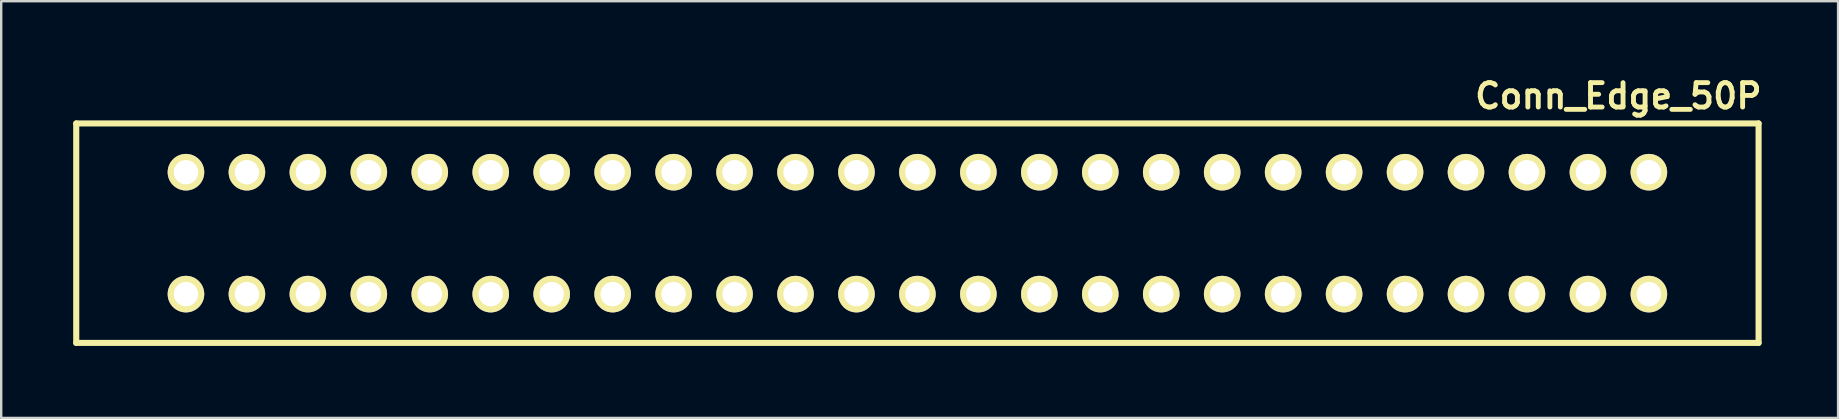
<source format=kicad_pcb>
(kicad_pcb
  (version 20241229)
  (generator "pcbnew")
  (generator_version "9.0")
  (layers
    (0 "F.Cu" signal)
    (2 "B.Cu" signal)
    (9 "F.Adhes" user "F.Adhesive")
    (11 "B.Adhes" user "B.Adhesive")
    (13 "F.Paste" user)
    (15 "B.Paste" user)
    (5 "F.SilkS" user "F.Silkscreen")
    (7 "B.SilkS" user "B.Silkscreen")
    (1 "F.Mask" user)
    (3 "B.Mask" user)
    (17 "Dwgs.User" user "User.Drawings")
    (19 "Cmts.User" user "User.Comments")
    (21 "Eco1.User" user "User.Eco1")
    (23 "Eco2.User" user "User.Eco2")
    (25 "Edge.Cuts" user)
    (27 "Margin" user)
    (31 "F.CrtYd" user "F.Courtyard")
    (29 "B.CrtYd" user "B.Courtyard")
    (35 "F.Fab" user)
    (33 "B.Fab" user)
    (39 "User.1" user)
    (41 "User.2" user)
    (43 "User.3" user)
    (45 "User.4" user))
  (footprint "Conn_Edge_50P"
    (layer "F.Cu")
    (at 35.179 6.666)
    (property "Reference" "Conn_Edge_50P" (at 29.21 -5.715 0) (layer "F.SilkS") (effects (font (size 1.016 1.016) (thickness 0.203))))
    (attr through_hole)
    (fp_line (start -35.052 -4.572) (end 35.052 -4.572) (stroke (width 0.254) (type solid)) (layer "F.SilkS"))
    (fp_line (start -35.052 4.572) (end -35.052 -4.572) (stroke (width 0.254) (type solid)) (layer "F.SilkS"))
    (fp_line (start 35.052 -4.572) (end 35.052 4.572) (stroke (width 0.254) (type solid)) (layer "F.SilkS"))
    (fp_line (start 35.052 4.572) (end -35.052 4.572) (stroke (width 0.254) (type solid)) (layer "F.SilkS"))
    (pad "1" thru_hole circle (at -30.48 2.54 180) (size 1.524 1.524) (drill 1.016) (layers "*.Cu" "*.Mask" "F.SilkS"))
    (pad "2" thru_hole circle (at -30.48 -2.54 180) (size 1.524 1.524) (drill 1.016) (layers "*.Cu" "*.Mask" "F.SilkS"))
    (pad "3" thru_hole circle (at -27.94 2.54 180) (size 1.524 1.524) (drill 1.016) (layers "*.Cu" "*.Mask" "F.SilkS"))
    (pad "4" thru_hole circle (at -27.94 -2.54 180) (size 1.524 1.524) (drill 1.016) (layers "*.Cu" "*.Mask" "F.SilkS"))
    (pad "5" thru_hole circle (at -25.4 2.54 180) (size 1.524 1.524) (drill 1.016) (layers "*.Cu" "*.Mask" "F.SilkS"))
    (pad "6" thru_hole circle (at -25.4 -2.54 180) (size 1.524 1.524) (drill 1.016) (layers "*.Cu" "*.Mask" "F.SilkS"))
    (pad "7" thru_hole circle (at -22.86 2.54 180) (size 1.524 1.524) (drill 1.016) (layers "*.Cu" "*.Mask" "F.SilkS"))
    (pad "8" thru_hole circle (at -22.86 -2.54 180) (size 1.524 1.524) (drill 1.016) (layers "*.Cu" "*.Mask" "F.SilkS"))
    (pad "9" thru_hole circle (at -20.32 2.54 180) (size 1.524 1.524) (drill 1.016) (layers "*.Cu" "*.Mask" "F.SilkS"))
    (pad "10" thru_hole circle (at -20.32 -2.54 180) (size 1.524 1.524) (drill 1.016) (layers "*.Cu" "*.Mask" "F.SilkS"))
    (pad "11" thru_hole circle (at -17.78 2.54 180) (size 1.524 1.524) (drill 1.016) (layers "*.Cu" "*.Mask" "F.SilkS"))
    (pad "12" thru_hole circle (at -17.78 -2.54 180) (size 1.524 1.524) (drill 1.016) (layers "*.Cu" "*.Mask" "F.SilkS"))
    (pad "13" thru_hole circle (at -15.24 2.54 180) (size 1.524 1.524) (drill 1.016) (layers "*.Cu" "*.Mask" "F.SilkS"))
    (pad "14" thru_hole circle (at -15.24 -2.54 180) (size 1.524 1.524) (drill 1.016) (layers "*.Cu" "*.Mask" "F.SilkS"))
    (pad "15" thru_hole circle (at -12.7 2.54 180) (size 1.524 1.524) (drill 1.016) (layers "*.Cu" "*.Mask" "F.SilkS"))
    (pad "16" thru_hole circle (at -12.7 -2.54 180) (size 1.524 1.524) (drill 1.016) (layers "*.Cu" "*.Mask" "F.SilkS"))
    (pad "17" thru_hole circle (at -10.16 2.54 180) (size 1.524 1.524) (drill 1.016) (layers "*.Cu" "*.Mask" "F.SilkS"))
    (pad "18" thru_hole circle (at -10.16 -2.54 180) (size 1.524 1.524) (drill 1.016) (layers "*.Cu" "*.Mask" "F.SilkS"))
    (pad "19" thru_hole circle (at -7.62 2.54 180) (size 1.524 1.524) (drill 1.016) (layers "*.Cu" "*.Mask" "F.SilkS"))
    (pad "20" thru_hole circle (at -7.62 -2.54 180) (size 1.524 1.524) (drill 1.016) (layers "*.Cu" "*.Mask" "F.SilkS"))
    (pad "21" thru_hole circle (at -5.08 2.54 180) (size 1.524 1.524) (drill 1.016) (layers "*.Cu" "*.Mask" "F.SilkS"))
    (pad "22" thru_hole circle (at -5.08 -2.54 180) (size 1.524 1.524) (drill 1.016) (layers "*.Cu" "*.Mask" "F.SilkS"))
    (pad "23" thru_hole circle (at -2.54 2.54 180) (size 1.524 1.524) (drill 1.016) (layers "*.Cu" "*.Mask" "F.SilkS"))
    (pad "24" thru_hole circle (at -2.54 -2.54 180) (size 1.524 1.524) (drill 1.016) (layers "*.Cu" "*.Mask" "F.SilkS"))
    (pad "25" thru_hole circle (at 0 2.54 180) (size 1.524 1.524) (drill 1.016) (layers "*.Cu" "*.Mask" "F.SilkS"))
    (pad "26" thru_hole circle (at 0 -2.54 180) (size 1.524 1.524) (drill 1.016) (layers "*.Cu" "*.Mask" "F.SilkS"))
    (pad "27" thru_hole circle (at 2.54 2.54 180) (size 1.524 1.524) (drill 1.016) (layers "*.Cu" "*.Mask" "F.SilkS"))
    (pad "28" thru_hole circle (at 2.54 -2.54 180) (size 1.524 1.524) (drill 1.016) (layers "*.Cu" "*.Mask" "F.SilkS"))
    (pad "29" thru_hole circle (at 5.08 2.54 180) (size 1.524 1.524) (drill 1.016) (layers "*.Cu" "*.Mask" "F.SilkS"))
    (pad "30" thru_hole circle (at 5.08 -2.54 180) (size 1.524 1.524) (drill 1.016) (layers "*.Cu" "*.Mask" "F.SilkS"))
    (pad "31" thru_hole circle (at 7.62 2.54 180) (size 1.524 1.524) (drill 1.016) (layers "*.Cu" "*.Mask" "F.SilkS"))
    (pad "32" thru_hole circle (at 7.62 -2.54 180) (size 1.524 1.524) (drill 1.016) (layers "*.Cu" "*.Mask" "F.SilkS"))
    (pad "33" thru_hole circle (at 10.16 2.54 180) (size 1.524 1.524) (drill 1.016) (layers "*.Cu" "*.Mask" "F.SilkS"))
    (pad "34" thru_hole circle (at 10.16 -2.54 180) (size 1.524 1.524) (drill 1.016) (layers "*.Cu" "*.Mask" "F.SilkS"))
    (pad "35" thru_hole circle (at 12.7 2.54 180) (size 1.524 1.524) (drill 1.016) (layers "*.Cu" "*.Mask" "F.SilkS"))
    (pad "36" thru_hole circle (at 12.7 -2.54 180) (size 1.524 1.524) (drill 1.016) (layers "*.Cu" "*.Mask" "F.SilkS"))
    (pad "37" thru_hole circle (at 15.24 2.54 180) (size 1.524 1.524) (drill 1.016) (layers "*.Cu" "*.Mask" "F.SilkS"))
    (pad "38" thru_hole circle (at 15.24 -2.54 180) (size 1.524 1.524) (drill 1.016) (layers "*.Cu" "*.Mask" "F.SilkS"))
    (pad "39" thru_hole circle (at 17.78 2.54 180) (size 1.524 1.524) (drill 1.016) (layers "*.Cu" "*.Mask" "F.SilkS"))
    (pad "40" thru_hole circle (at 17.78 -2.54 180) (size 1.524 1.524) (drill 1.016) (layers "*.Cu" "*.Mask" "F.SilkS"))
    (pad "41" thru_hole circle (at 20.32 2.54 180) (size 1.524 1.524) (drill 1.016) (layers "*.Cu" "*.Mask" "F.SilkS"))
    (pad "42" thru_hole circle (at 20.32 -2.54 180) (size 1.524 1.524) (drill 1.016) (layers "*.Cu" "*.Mask" "F.SilkS"))
    (pad "43" thru_hole circle (at 22.86 2.54 180) (size 1.524 1.524) (drill 1.016) (layers "*.Cu" "*.Mask" "F.SilkS"))
    (pad "44" thru_hole circle (at 22.86 -2.54 180) (size 1.524 1.524) (drill 1.016) (layers "*.Cu" "*.Mask" "F.SilkS"))
    (pad "45" thru_hole circle (at 25.4 2.54 180) (size 1.524 1.524) (drill 1.016) (layers "*.Cu" "*.Mask" "F.SilkS"))
    (pad "46" thru_hole circle (at 25.4 -2.54 180) (size 1.524 1.524) (drill 1.016) (layers "*.Cu" "*.Mask" "F.SilkS"))
    (pad "47" thru_hole circle (at 27.94 2.54 180) (size 1.524 1.524) (drill 1.016) (layers "*.Cu" "*.Mask" "F.SilkS"))
    (pad "48" thru_hole circle (at 27.94 -2.54 180) (size 1.524 1.524) (drill 1.016) (layers "*.Cu" "*.Mask" "F.SilkS"))
    (pad "49" thru_hole circle (at 30.48 2.54 180) (size 1.524 1.524) (drill 1.016) (layers "*.Cu" "*.Mask" "F.SilkS"))
    (pad "50" thru_hole circle (at 30.48 -2.54 180) (size 1.524 1.524) (drill 1.016) (layers "*.Cu" "*.Mask" "F.SilkS")))
  (gr_rect
    (start -3 -3)
    (end 73.543 14.365)
    (stroke (width 0.1) (type default))
    (fill no)
    (layer "Edge.Cuts")))
</source>
